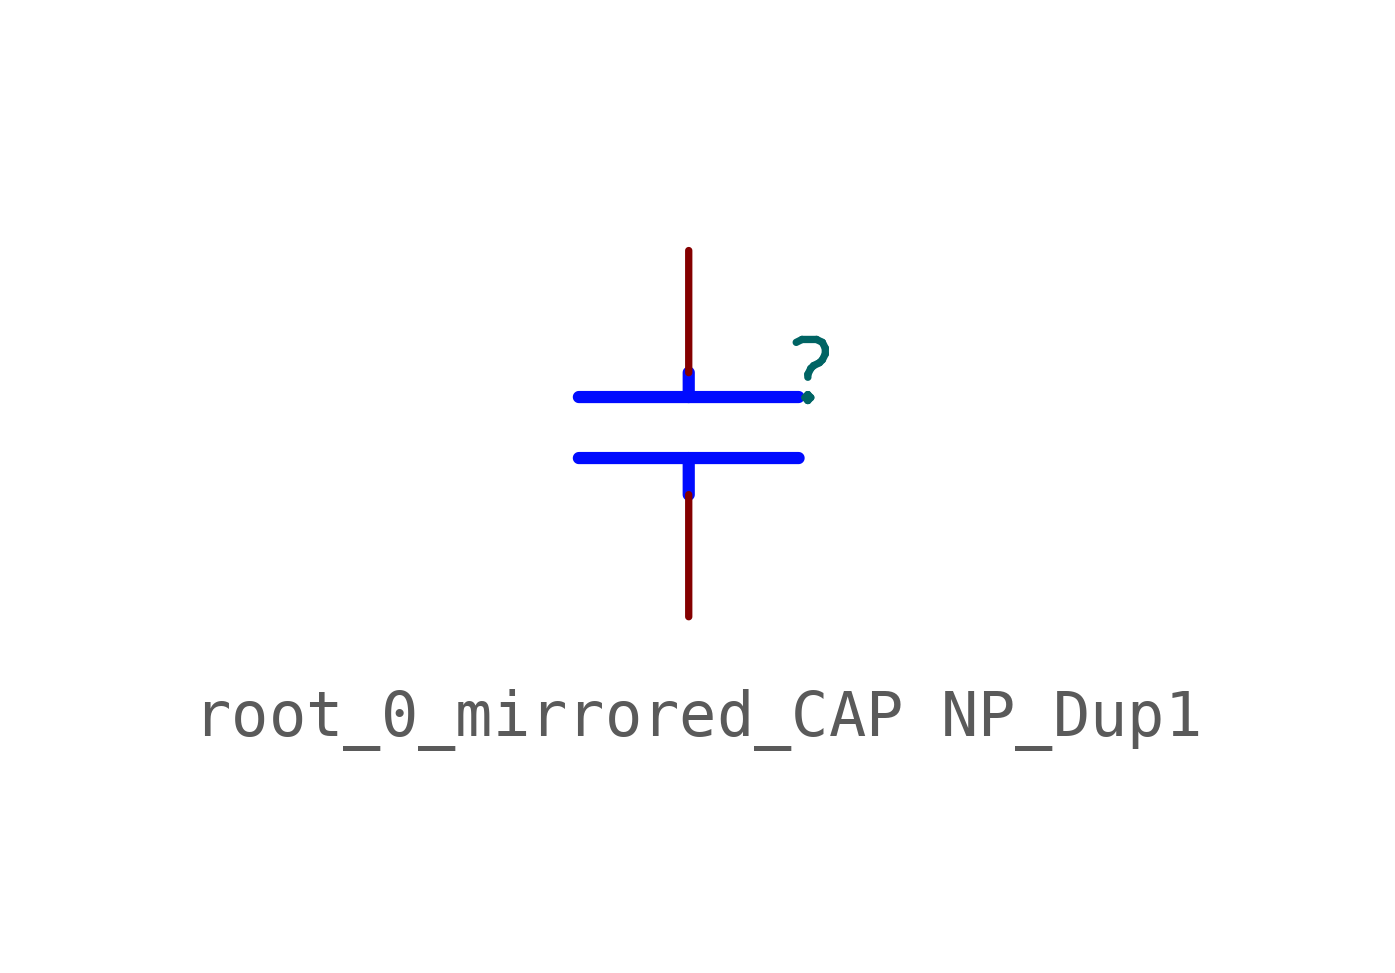
<source format=kicad_sym>
(kicad_symbol_lib
  (version 20231120)
  (generator "kicad_symbol_editor")
  (generator_version "8.0")
  (symbol "root_0_mirrored_CAP NP_Dup1"
    (property "Reference" ""
      (at 0 0 0)
      (effects (font (size 1.27 1.27))))
    (property "Value" ""
      (at 0 0 0)
      (effects (font (size 1.27 1.27))))
    (symbol "root_0_mirrored_CAP NP_Dup1_1_0"
      (polyline (pts (xy -2.54 -2.54) (xy -2.54 -1.778)) (stroke (width 0.254) (type solid) (color 0 11 255 1)) (fill (type none)))
      (polyline (pts (xy -2.54 0) (xy -2.54 -0.508)) (stroke (width 0.254) (type solid) (color 0 11 255 1)) (fill (type none)))
      (polyline (pts (xy -0.254 -1.778) (xy -4.826 -1.778)) (stroke (width 0.254) (type solid) (color 0 11 255 1)) (fill (type none)))
      (polyline (pts (xy -0.254 -0.508) (xy -4.826 -0.508)) (stroke (width 0.254) (type solid) (color 0 11 255 1)) (fill (type none)))
      (pin passive line (at -2.54 2.54 270) (length 2.54) (name "1" (effects (font (size 0 0)))) (number "1" (effects (font (size 0 0)))))
      (pin passive line (at -2.54 -5.08 90) (length 2.54) (name "2" (effects (font (size 0 0)))) (number "2" (effects (font (size 0 0))))))))
</source>
